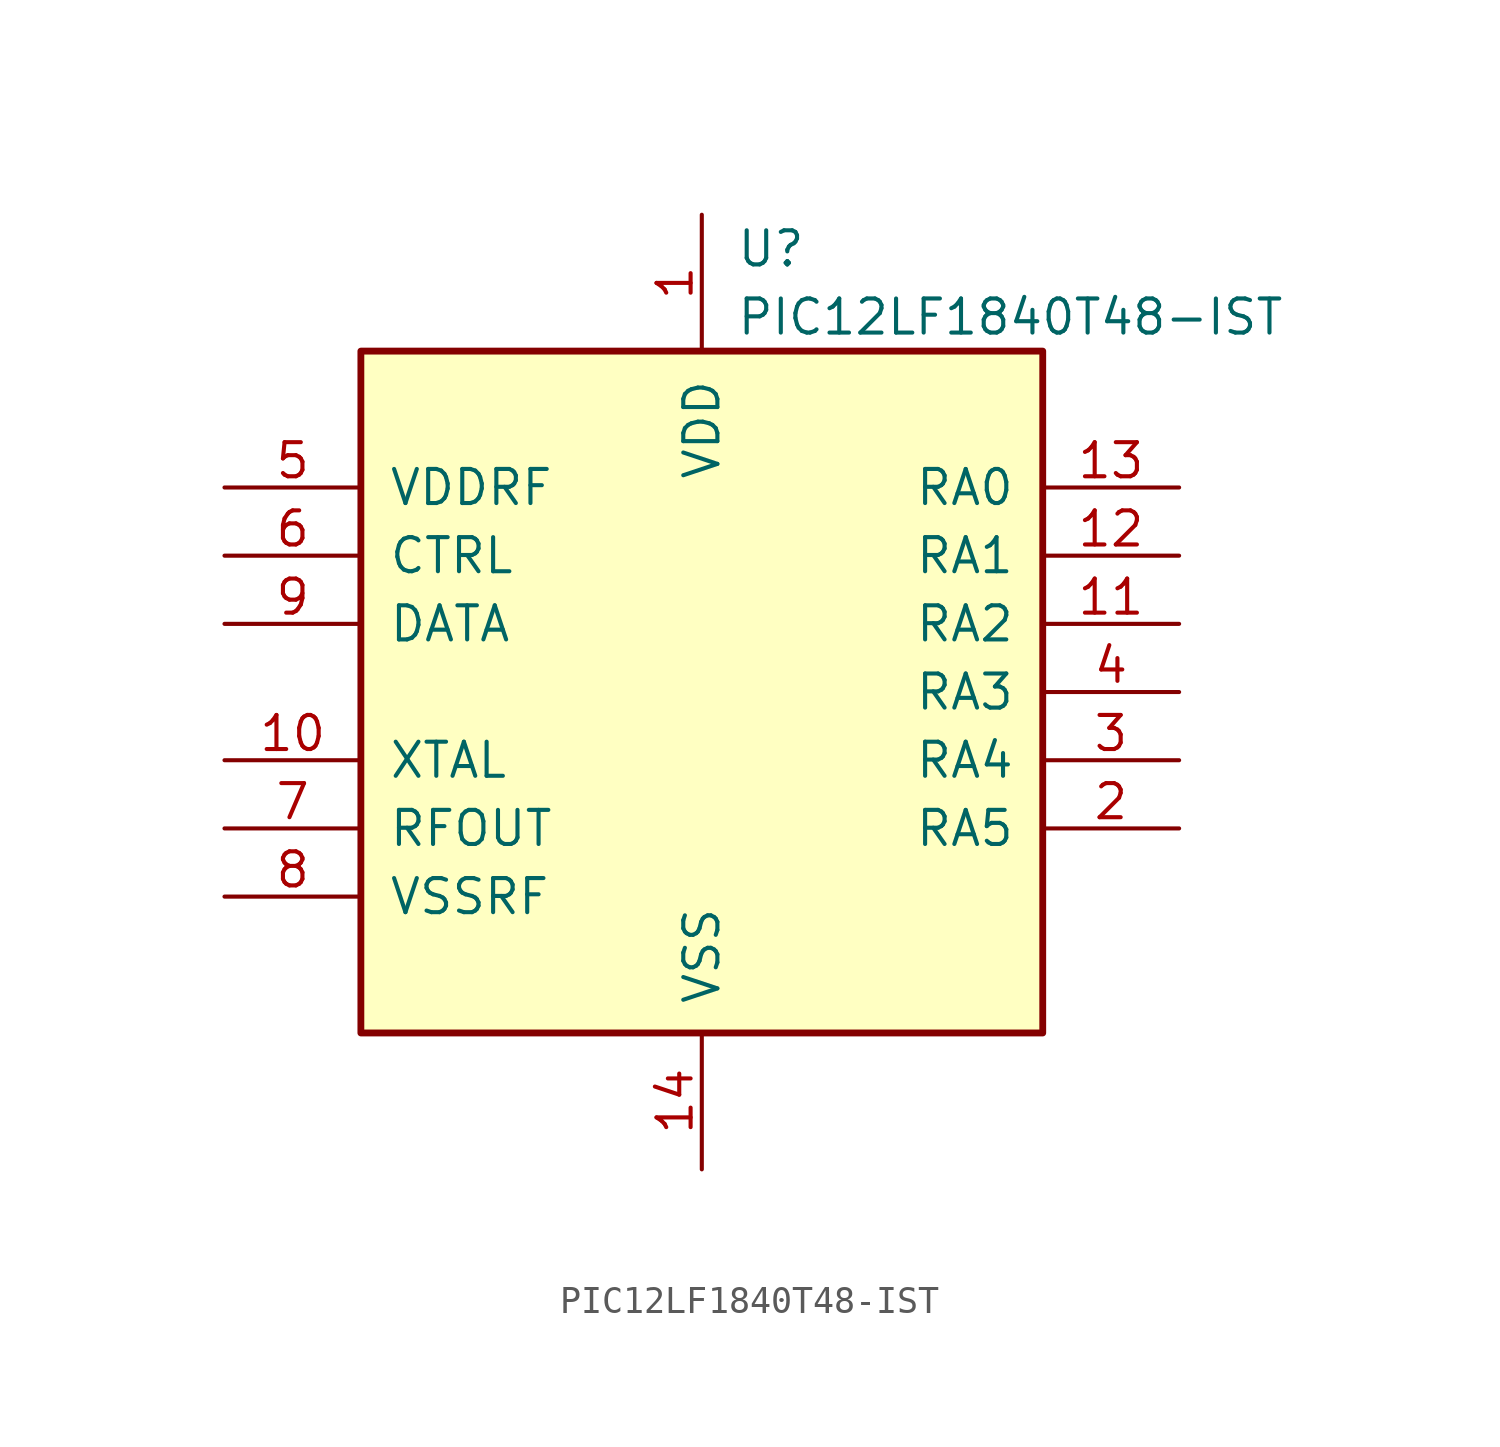
<source format=kicad_sym>
(kicad_symbol_lib
  (version 20201005)
  (generator kicad_symbol_editor)
  (symbol "PIC12LF1840T48-IST"
    (pin_names
      (offset 1.016))
    (property "Reference" "U"
      (at 1.27 16.51 0)
      (effects (font (size 1.27 1.27)) (justify left)))
    (property "Value" "PIC12LF1840T48-IST"
      (at 1.27 13.97 0)
      (effects (font (size 1.27 1.27)) (justify left)))
    (symbol "PIC12LF1840T48-IST_0_1"
      (rectangle (start 12.7 -12.7) (end -12.7 12.7) (stroke (width 0.254)) (fill (type background))))
    (symbol "PIC12LF1840T48-IST_1_1"
      (pin power_in line (at 0 17.78 270) (length 5.08) (name "VDD" (effects (font (size 1.27 1.27)))) (number "1" (effects (font (size 1.27 1.27)))))
      (pin input line (at -17.78 -2.54 0) (length 5.08) (name "XTAL" (effects (font (size 1.27 1.27)))) (number "10" (effects (font (size 1.27 1.27)))))
      (pin bidirectional line (at 17.78 2.54 180) (length 5.08) (name "RA2" (effects (font (size 1.27 1.27)))) (number "11" (effects (font (size 1.27 1.27)))))
      (pin bidirectional line (at 17.78 5.08 180) (length 5.08) (name "RA1" (effects (font (size 1.27 1.27)))) (number "12" (effects (font (size 1.27 1.27)))))
      (pin bidirectional line (at 17.78 7.62 180) (length 5.08) (name "RA0" (effects (font (size 1.27 1.27)))) (number "13" (effects (font (size 1.27 1.27)))))
      (pin power_in line (at 0 -17.78 90) (length 5.08) (name "VSS" (effects (font (size 1.27 1.27)))) (number "14" (effects (font (size 1.27 1.27)))))
      (pin bidirectional line (at 17.78 -5.08 180) (length 5.08) (name "RA5" (effects (font (size 1.27 1.27)))) (number "2" (effects (font (size 1.27 1.27)))))
      (pin bidirectional line (at 17.78 -2.54 180) (length 5.08) (name "RA4" (effects (font (size 1.27 1.27)))) (number "3" (effects (font (size 1.27 1.27)))))
      (pin input line (at 17.78 0 180) (length 5.08) (name "RA3" (effects (font (size 1.27 1.27)))) (number "4" (effects (font (size 1.27 1.27)))))
      (pin power_in line (at -17.78 7.62 0) (length 5.08) (name "VDDRF" (effects (font (size 1.27 1.27)))) (number "5" (effects (font (size 1.27 1.27)))))
      (pin input line (at -17.78 5.08 0) (length 5.08) (name "CTRL" (effects (font (size 1.27 1.27)))) (number "6" (effects (font (size 1.27 1.27)))))
      (pin input line (at -17.78 -5.08 0) (length 5.08) (name "RFOUT" (effects (font (size 1.27 1.27)))) (number "7" (effects (font (size 1.27 1.27)))))
      (pin power_in line (at -17.78 -7.62 0) (length 5.08) (name "VSSRF" (effects (font (size 1.27 1.27)))) (number "8" (effects (font (size 1.27 1.27)))))
      (pin input line (at -17.78 2.54 0) (length 5.08) (name "DATA" (effects (font (size 1.27 1.27)))) (number "9" (effects (font (size 1.27 1.27))))))))
</source>
